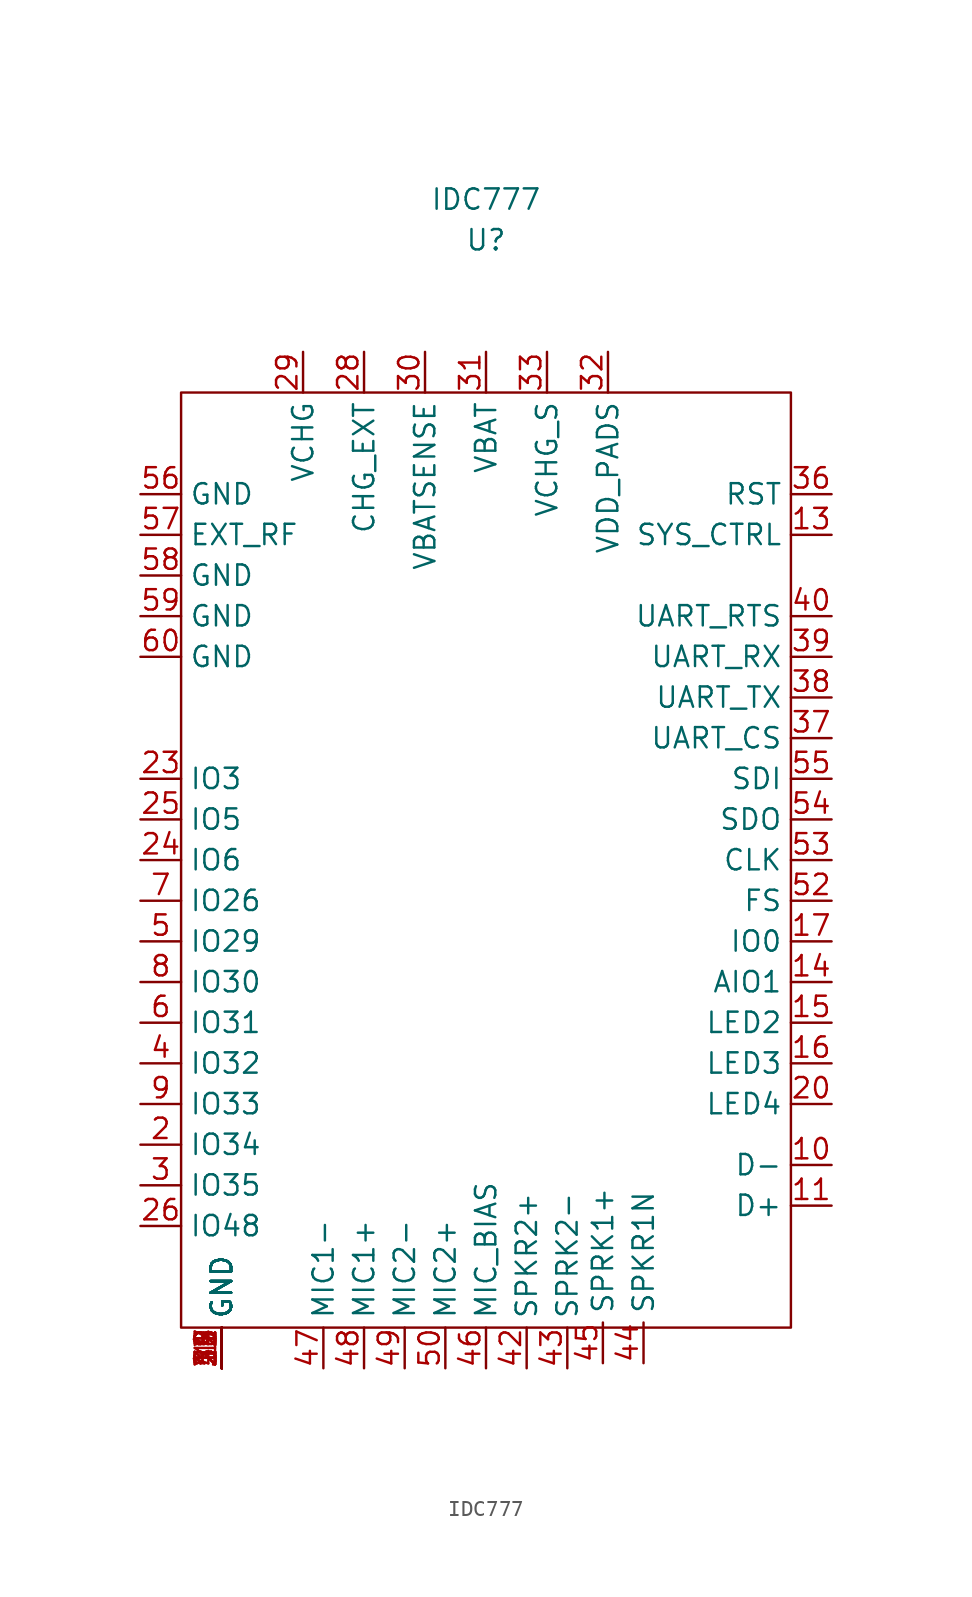
<source format=kicad_sym>
(kicad_symbol_lib
  (version 20241209)
  (generator "kicad_symbol_editor")
  (generator_version "9.0")
  (symbol "IDC777"
    (property "Reference" "U"
      (at 0 34.925 0)
      (effects (font (size 1.27 1.27))))
    (property "Value" "IDC777"
      (at 0 37.465 0)
      (effects (font (size 1.27 1.27))))
    (symbol "IDC777_0_1"
      (rectangle (start -19.05 25.4) (end 19.05 -33.02) (stroke (width 0) (type default)) (fill (type none))))
    (symbol "IDC777_1_0"
      (pin bidirectional line (at -21.59 19.05 0) (length 2.54) (name "GND" (effects (font (size 1.27 1.27)))) (number "56" (effects (font (size 1.27 1.27)))))
      (pin bidirectional line (at -21.59 16.51 0) (length 2.54) (name "EXT_RF" (effects (font (size 1.27 1.27)))) (number "57" (effects (font (size 1.27 1.27)))))
      (pin bidirectional line (at -21.59 13.97 0) (length 2.54) (name "GND" (effects (font (size 1.27 1.27)))) (number "58" (effects (font (size 1.27 1.27)))))
      (pin bidirectional line (at -21.59 11.43 0) (length 2.54) (name "GND" (effects (font (size 1.27 1.27)))) (number "59" (effects (font (size 1.27 1.27)))))
      (pin bidirectional line (at -21.59 8.89 0) (length 2.54) (name "GND" (effects (font (size 1.27 1.27)))) (number "60" (effects (font (size 1.27 1.27)))))
      (pin bidirectional line (at 21.59 1.27 180) (length 2.54) (name "SDI" (effects (font (size 1.27 1.27)))) (number "55" (effects (font (size 1.27 1.27)))))
      (pin bidirectional line (at 21.59 -1.27 180) (length 2.54) (name "SDO" (effects (font (size 1.27 1.27)))) (number "54" (effects (font (size 1.27 1.27)))))
      (pin bidirectional line (at 21.59 -3.81 180) (length 2.54) (name "CLK" (effects (font (size 1.27 1.27)))) (number "53" (effects (font (size 1.27 1.27))))))
    (symbol "IDC777_1_1"
      (pin bidirectional line (at -21.59 1.27 0) (length 2.54) (name "IO3" (effects (font (size 1.27 1.27)))) (number "23" (effects (font (size 1.27 1.27)))))
      (pin bidirectional line (at -21.59 -1.27 0) (length 2.54) (name "IO5" (effects (font (size 1.27 1.27)))) (number "25" (effects (font (size 1.27 1.27)))))
      (pin bidirectional line (at -21.59 -3.81 0) (length 2.54) (name "IO6" (effects (font (size 1.27 1.27)))) (number "24" (effects (font (size 1.27 1.27)))))
      (pin bidirectional line (at -21.59 -6.35 0) (length 2.54) (name "IO26" (effects (font (size 1.27 1.27)))) (number "7" (effects (font (size 1.27 1.27)))))
      (pin bidirectional line (at -21.59 -8.89 0) (length 2.54) (name "IO29" (effects (font (size 1.27 1.27)))) (number "5" (effects (font (size 1.27 1.27)))))
      (pin bidirectional line (at -21.59 -11.43 0) (length 2.54) (name "IO30" (effects (font (size 1.27 1.27)))) (number "8" (effects (font (size 1.27 1.27)))))
      (pin bidirectional line (at -21.59 -13.97 0) (length 2.54) (name "IO31" (effects (font (size 1.27 1.27)))) (number "6" (effects (font (size 1.27 1.27)))))
      (pin bidirectional line (at -21.59 -16.51 0) (length 2.54) (name "IO32" (effects (font (size 1.27 1.27)))) (number "4" (effects (font (size 1.27 1.27)))))
      (pin bidirectional line (at -21.59 -19.05 0) (length 2.54) (name "IO33" (effects (font (size 1.27 1.27)))) (number "9" (effects (font (size 1.27 1.27)))))
      (pin bidirectional line (at -21.59 -21.59 0) (length 2.54) (name "IO34" (effects (font (size 1.27 1.27)))) (number "2" (effects (font (size 1.27 1.27)))))
      (pin bidirectional line (at -21.59 -24.13 0) (length 2.54) (name "IO35" (effects (font (size 1.27 1.27)))) (number "3" (effects (font (size 1.27 1.27)))))
      (pin bidirectional line (at -21.59 -26.67 0) (length 2.54) (name "IO48" (effects (font (size 1.27 1.27)))) (number "26" (effects (font (size 1.27 1.27)))))
      (pin bidirectional line (at -16.51 -35.56 90) (length 2.54) (name "GND" (effects (font (size 1.27 1.27)))) (number "1" (effects (font (size 1.27 1.27)))))
      (pin bidirectional line (at -16.51 -35.56 90) (length 2.54) (name "GND" (effects (font (size 1.27 1.27)))) (number "12" (effects (font (size 1.27 1.27)))))
      (pin bidirectional line (at -16.51 -35.56 90) (length 2.54) (name "GND" (effects (font (size 1.27 1.27)))) (number "18" (effects (font (size 1.27 1.27)))))
      (pin bidirectional line (at -16.51 -35.56 90) (length 2.54) (name "GND" (effects (font (size 1.27 1.27)))) (number "19" (effects (font (size 1.27 1.27)))))
      (pin bidirectional line (at -16.51 -35.56 90) (length 2.54) (name "GND" (effects (font (size 1.27 1.27)))) (number "21" (effects (font (size 1.27 1.27)))))
      (pin bidirectional line (at -16.51 -35.56 90) (length 2.54) (name "GND" (effects (font (size 1.27 1.27)))) (number "22" (effects (font (size 1.27 1.27)))))
      (pin bidirectional line (at -16.51 -35.56 90) (length 2.54) (name "GND" (effects (font (size 1.27 1.27)))) (number "27" (effects (font (size 1.27 1.27)))))
      (pin bidirectional line (at -16.51 -35.56 90) (length 2.54) (name "GND" (effects (font (size 1.27 1.27)))) (number "34" (effects (font (size 1.27 1.27)))))
      (pin bidirectional line (at -16.51 -35.56 90) (length 2.54) (name "GND" (effects (font (size 1.27 1.27)))) (number "35" (effects (font (size 1.27 1.27)))))
      (pin bidirectional line (at -16.51 -35.56 90) (length 2.54) (name "GND" (effects (font (size 1.27 1.27)))) (number "41" (effects (font (size 1.27 1.27)))))
      (pin bidirectional line (at -16.51 -35.56 90) (length 2.54) (name "GND" (effects (font (size 1.27 1.27)))) (number "51" (effects (font (size 1.27 1.27)))))
      (pin bidirectional line (at -11.43 27.94 270) (length 2.54) (name "VCHG" (effects (font (size 1.27 1.27)))) (number "29" (effects (font (size 1.27 1.27)))))
      (pin bidirectional line (at -10.16 -35.56 90) (length 2.54) (name "MIC1-" (effects (font (size 1.27 1.27)))) (number "47" (effects (font (size 1.27 1.27)))))
      (pin bidirectional line (at -7.62 27.94 270) (length 2.54) (name "CHG_EXT" (effects (font (size 1.27 1.27)))) (number "28" (effects (font (size 1.27 1.27)))))
      (pin bidirectional line (at -7.62 -35.56 90) (length 2.54) (name "MIC1+" (effects (font (size 1.27 1.27)))) (number "48" (effects (font (size 1.27 1.27)))))
      (pin bidirectional line (at -5.08 -35.56 90) (length 2.54) (name "MIC2-" (effects (font (size 1.27 1.27)))) (number "49" (effects (font (size 1.27 1.27)))))
      (pin bidirectional line (at -3.81 27.94 270) (length 2.54) (name "VBATSENSE" (effects (font (size 1.27 1.27)))) (number "30" (effects (font (size 1.27 1.27)))))
      (pin bidirectional line (at -2.54 -35.56 90) (length 2.54) (name "MIC2+" (effects (font (size 1.27 1.27)))) (number "50" (effects (font (size 1.27 1.27)))))
      (pin bidirectional line (at 0 27.94 270) (length 2.54) (name "VBAT" (effects (font (size 1.27 1.27)))) (number "31" (effects (font (size 1.27 1.27)))))
      (pin bidirectional line (at 0 -35.56 90) (length 2.54) (name "MIC_BIAS" (effects (font (size 1.27 1.27)))) (number "46" (effects (font (size 1.27 1.27)))))
      (pin bidirectional line (at 2.54 -35.56 90) (length 2.54) (name "SPKR2+" (effects (font (size 1.27 1.27)))) (number "42" (effects (font (size 1.27 1.27)))))
      (pin bidirectional line (at 3.81 27.94 270) (length 2.54) (name "VCHG_S" (effects (font (size 1.27 1.27)))) (number "33" (effects (font (size 1.27 1.27)))))
      (pin bidirectional line (at 5.08 -35.56 90) (length 2.54) (name "SPRK2-" (effects (font (size 1.27 1.27)))) (number "43" (effects (font (size 1.27 1.27)))))
      (pin bidirectional line (at 7.303 -35.242 90) (length 2.54) (name "SPRK1+" (effects (font (size 1.27 1.27)))) (number "45" (effects (font (size 1.27 1.27)))))
      (pin bidirectional line (at 7.62 27.94 270) (length 2.54) (name "VDD_PADS" (effects (font (size 1.27 1.27)))) (number "32" (effects (font (size 1.27 1.27)))))
      (pin bidirectional line (at 9.842 -35.242 90) (length 2.54) (name "SPKR1N" (effects (font (size 1.27 1.27)))) (number "44" (effects (font (size 1.27 1.27)))))
      (pin bidirectional line (at 21.59 19.05 180) (length 2.54) (name "RST" (effects (font (size 1.27 1.27)))) (number "36" (effects (font (size 1.27 1.27)))))
      (pin bidirectional line (at 21.59 16.51 180) (length 2.54) (name "SYS_CTRL" (effects (font (size 1.27 1.27)))) (number "13" (effects (font (size 1.27 1.27)))))
      (pin bidirectional line (at 21.59 11.43 180) (length 2.54) (name "UART_RTS" (effects (font (size 1.27 1.27)))) (number "40" (effects (font (size 1.27 1.27)))))
      (pin bidirectional line (at 21.59 8.89 180) (length 2.54) (name "UART_RX" (effects (font (size 1.27 1.27)))) (number "39" (effects (font (size 1.27 1.27)))))
      (pin bidirectional line (at 21.59 6.35 180) (length 2.54) (name "UART_TX" (effects (font (size 1.27 1.27)))) (number "38" (effects (font (size 1.27 1.27)))))
      (pin bidirectional line (at 21.59 3.81 180) (length 2.54) (name "UART_CS" (effects (font (size 1.27 1.27)))) (number "37" (effects (font (size 1.27 1.27)))))
      (pin bidirectional line (at 21.59 -6.35 180) (length 2.54) (name "FS" (effects (font (size 1.27 1.27)))) (number "52" (effects (font (size 1.27 1.27)))))
      (pin bidirectional line (at 21.59 -8.89 180) (length 2.54) (name "IO0" (effects (font (size 1.27 1.27)))) (number "17" (effects (font (size 1.27 1.27)))))
      (pin bidirectional line (at 21.59 -11.43 180) (length 2.54) (name "AIO1" (effects (font (size 1.27 1.27)))) (number "14" (effects (font (size 1.27 1.27)))))
      (pin bidirectional line (at 21.59 -13.97 180) (length 2.54) (name "LED2" (effects (font (size 1.27 1.27)))) (number "15" (effects (font (size 1.27 1.27)))))
      (pin bidirectional line (at 21.59 -16.51 180) (length 2.54) (name "LED3" (effects (font (size 1.27 1.27)))) (number "16" (effects (font (size 1.27 1.27)))))
      (pin bidirectional line (at 21.59 -19.05 180) (length 2.54) (name "LED4" (effects (font (size 1.27 1.27)))) (number "20" (effects (font (size 1.27 1.27)))))
      (pin bidirectional line (at 21.59 -22.86 180) (length 2.54) (name "D-" (effects (font (size 1.27 1.27)))) (number "10" (effects (font (size 1.27 1.27)))))
      (pin bidirectional line (at 21.59 -25.4 180) (length 2.54) (name "D+" (effects (font (size 1.27 1.27)))) (number "11" (effects (font (size 1.27 1.27))))))))
</source>
